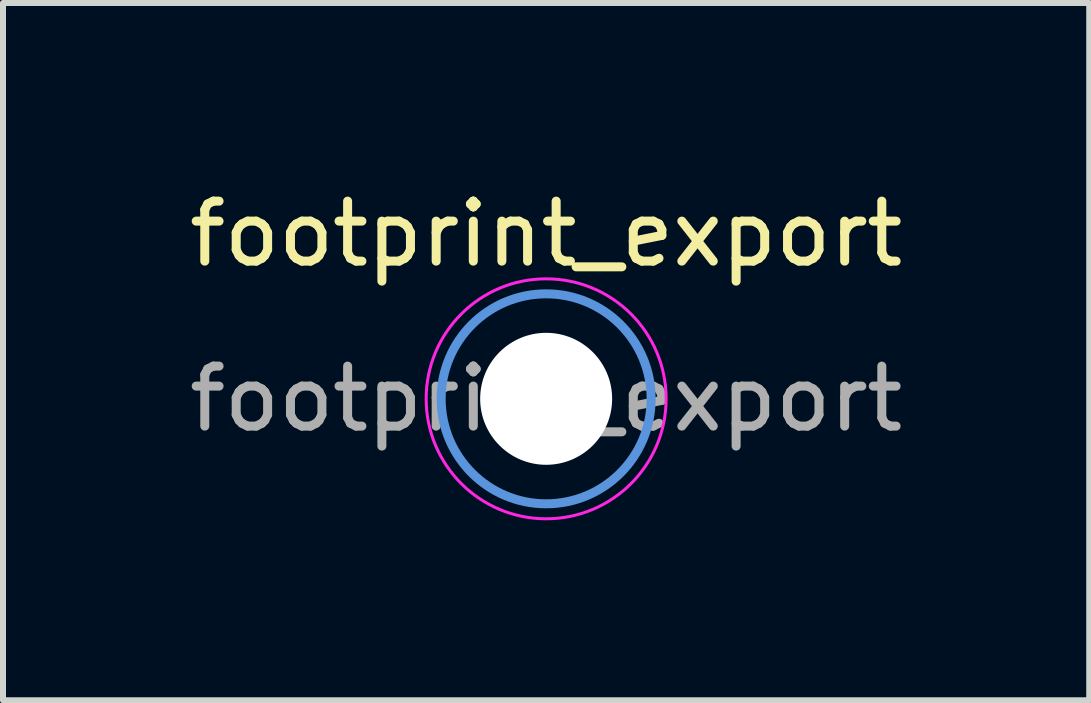
<source format=kicad_pcb>
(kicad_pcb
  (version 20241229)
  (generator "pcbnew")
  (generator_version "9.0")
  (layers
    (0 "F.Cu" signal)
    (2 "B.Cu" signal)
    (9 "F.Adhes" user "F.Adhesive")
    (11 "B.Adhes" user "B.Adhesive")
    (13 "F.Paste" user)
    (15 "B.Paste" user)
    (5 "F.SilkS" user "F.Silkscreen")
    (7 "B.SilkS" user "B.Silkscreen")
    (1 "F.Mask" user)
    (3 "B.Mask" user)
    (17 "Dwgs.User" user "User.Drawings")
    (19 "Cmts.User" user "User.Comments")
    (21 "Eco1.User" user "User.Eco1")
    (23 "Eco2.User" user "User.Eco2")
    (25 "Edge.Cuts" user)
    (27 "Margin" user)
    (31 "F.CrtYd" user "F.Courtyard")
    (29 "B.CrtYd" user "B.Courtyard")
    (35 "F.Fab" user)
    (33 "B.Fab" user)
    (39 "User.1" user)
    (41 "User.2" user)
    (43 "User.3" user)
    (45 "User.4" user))
  (footprint "footprint_export"
    (layer "F.Cu")
    (at 6.054 3.598)
    (property "Reference" "footprint_export" (at 0 -2.75 0) (layer "F.SilkS") (effects (font (size 1 1) (thickness 0.15))))
    (attr exclude_from_pos_files exclude_from_bom)
    (fp_circle (center 0 0) (end 1.75 0) (stroke (width 0.15) (type solid)) (fill no) (layer "Cmts.User"))
    (fp_circle (center 0 0) (end 2 0) (stroke (width 0.05) (type solid)) (fill no) (layer "F.CrtYd"))
    (fp_text user "${REFERENCE}" (at 0 0 0) (layer "F.Fab") (effects (font (size 1 1) (thickness 0.15))))
    (pad "" np_thru_hole circle (at 0 0) (size 2.2 2.2) (drill 2.2) (layers "*.Cu" "*.Mask")))
  (gr_rect
    (start -3 -3)
    (end 15.107 8.623)
    (stroke (width 0.1) (type default))
    (fill no)
    (layer "Edge.Cuts")))
</source>
